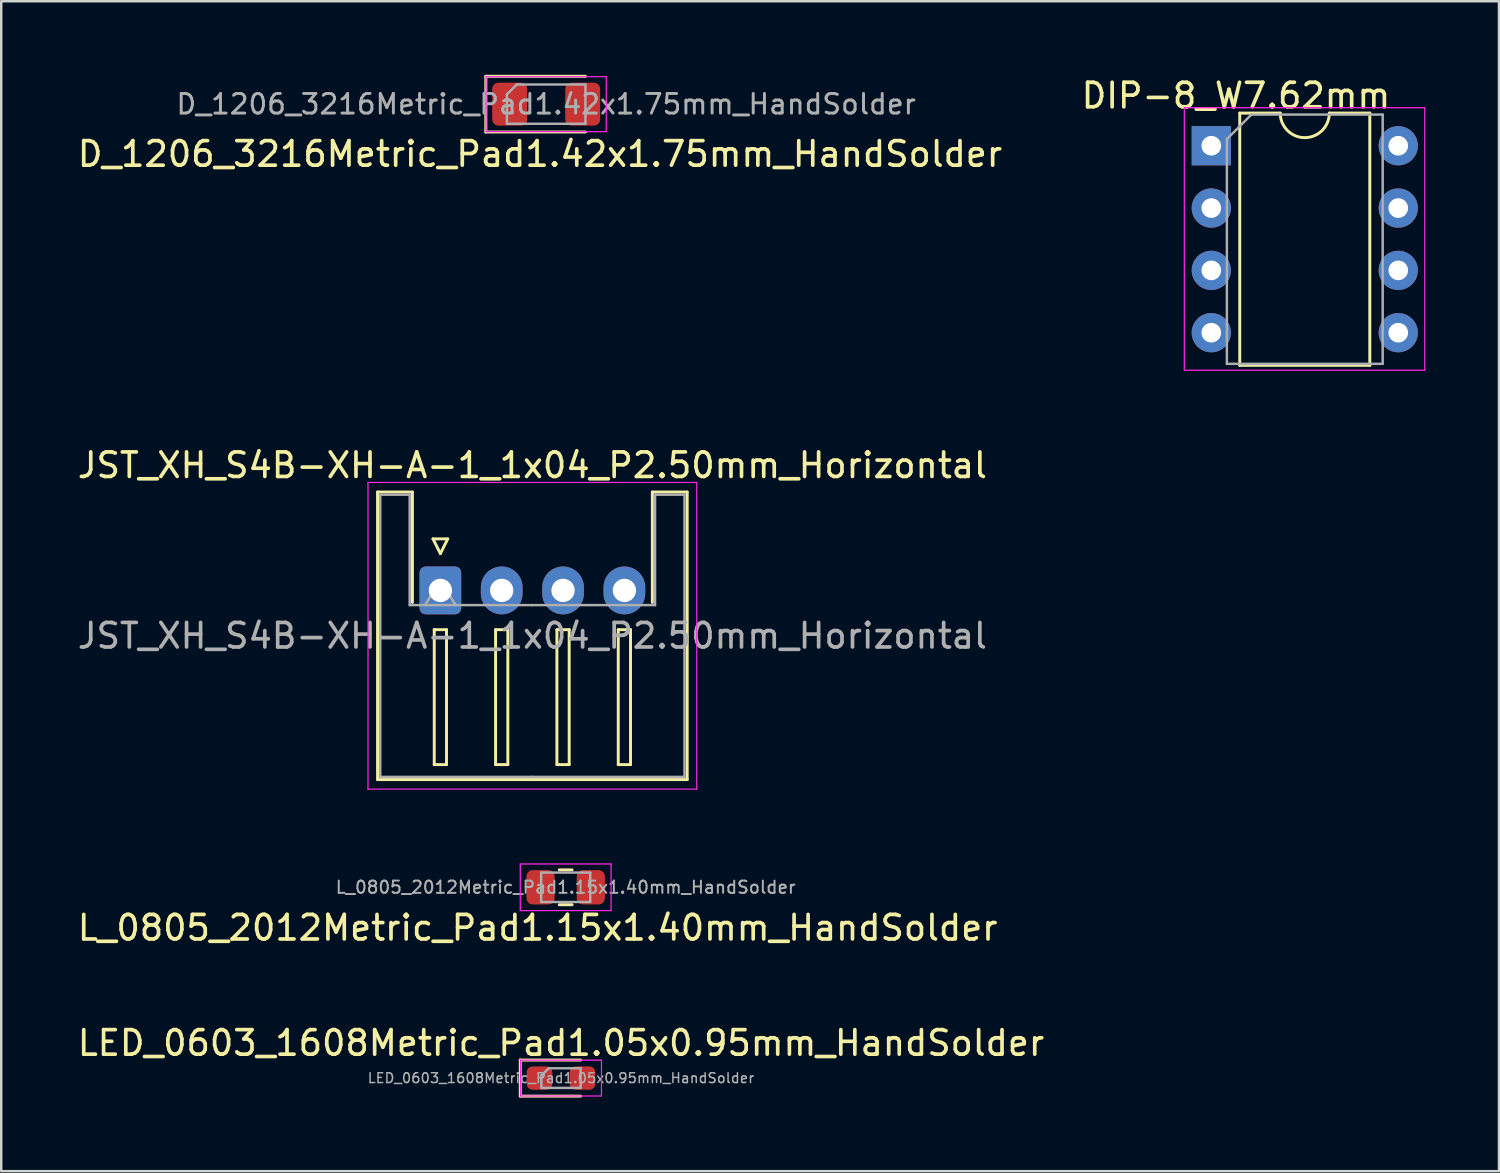
<source format=kicad_pcb>
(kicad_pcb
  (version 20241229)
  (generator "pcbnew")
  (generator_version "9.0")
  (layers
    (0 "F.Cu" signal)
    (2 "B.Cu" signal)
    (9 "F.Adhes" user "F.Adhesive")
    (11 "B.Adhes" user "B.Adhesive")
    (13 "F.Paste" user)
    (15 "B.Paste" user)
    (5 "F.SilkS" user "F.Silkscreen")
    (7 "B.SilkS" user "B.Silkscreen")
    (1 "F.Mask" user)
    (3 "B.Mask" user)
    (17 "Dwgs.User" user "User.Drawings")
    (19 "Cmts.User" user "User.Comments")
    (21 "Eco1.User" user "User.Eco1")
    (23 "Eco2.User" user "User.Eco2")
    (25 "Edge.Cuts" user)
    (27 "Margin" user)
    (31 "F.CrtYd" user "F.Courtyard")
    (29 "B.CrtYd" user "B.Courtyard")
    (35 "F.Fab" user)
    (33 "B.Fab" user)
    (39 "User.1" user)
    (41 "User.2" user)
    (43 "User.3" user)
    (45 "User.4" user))
  (footprint "DIP-8_W7.62mm"
    (layer "F.Cu")
    (at 46.321 2.89)
    (property "Reference" "DIP-8_W7.62mm" (at 1.006 -2.042 180) (layer "F.SilkS") (effects (font (size 1 1) (thickness 0.15))))
    (attr through_hole)
    (fp_line (start 1.16 -1.33) (end 1.16 8.95) (stroke (width 0.12) (type solid)) (layer "F.SilkS"))
    (fp_line (start 1.16 8.95) (end 6.46 8.95) (stroke (width 0.12) (type solid)) (layer "F.SilkS"))
    (fp_line (start 2.81 -1.33) (end 1.16 -1.33) (stroke (width 0.12) (type solid)) (layer "F.SilkS"))
    (fp_line (start 6.46 -1.33) (end 4.81 -1.33) (stroke (width 0.12) (type solid)) (layer "F.SilkS"))
    (fp_line (start 6.46 8.95) (end 6.46 -1.33) (stroke (width 0.12) (type solid)) (layer "F.SilkS"))
    (fp_arc (start 4.81 -1.33) (mid 3.81 -0.33) (end 2.81 -1.33) (stroke (width 0.12) (type solid)) (layer "F.SilkS"))
    (fp_line (start -1.1 -1.55) (end -1.1 9.15) (stroke (width 0.05) (type solid)) (layer "F.CrtYd"))
    (fp_line (start -1.1 9.15) (end 8.7 9.15) (stroke (width 0.05) (type solid)) (layer "F.CrtYd"))
    (fp_line (start 8.7 -1.55) (end -1.1 -1.55) (stroke (width 0.05) (type solid)) (layer "F.CrtYd"))
    (fp_line (start 8.7 9.15) (end 8.7 -1.55) (stroke (width 0.05) (type solid)) (layer "F.CrtYd"))
    (fp_line (start 0.635 -0.27) (end 1.635 -1.27) (stroke (width 0.1) (type solid)) (layer "F.Fab"))
    (fp_line (start 0.635 8.89) (end 0.635 -0.27) (stroke (width 0.1) (type solid)) (layer "F.Fab"))
    (fp_line (start 1.635 -1.27) (end 6.985 -1.27) (stroke (width 0.1) (type solid)) (layer "F.Fab"))
    (fp_line (start 6.985 -1.27) (end 6.985 8.89) (stroke (width 0.1) (type solid)) (layer "F.Fab"))
    (fp_line (start 6.985 8.89) (end 0.635 8.89) (stroke (width 0.1) (type solid)) (layer "F.Fab"))
    (pad "1" thru_hole rect (at 0 0) (size 1.6 1.6) (drill 0.8) (layers "*.Cu" "*.Mask"))
    (pad "2" thru_hole oval (at 0 2.54) (size 1.6 1.6) (drill 0.8) (layers "*.Cu" "*.Mask"))
    (pad "3" thru_hole oval (at 0 5.08) (size 1.6 1.6) (drill 0.8) (layers "*.Cu" "*.Mask"))
    (pad "4" thru_hole oval (at 0 7.62) (size 1.6 1.6) (drill 0.8) (layers "*.Cu" "*.Mask"))
    (pad "5" thru_hole oval (at 7.62 7.62) (size 1.6 1.6) (drill 0.8) (layers "*.Cu" "*.Mask"))
    (pad "6" thru_hole oval (at 7.62 5.08) (size 1.6 1.6) (drill 0.8) (layers "*.Cu" "*.Mask"))
    (pad "7" thru_hole oval (at 7.62 2.54) (size 1.6 1.6) (drill 0.8) (layers "*.Cu" "*.Mask"))
    (pad "8" thru_hole oval (at 7.62 0) (size 1.6 1.6) (drill 0.8) (layers "*.Cu" "*.Mask")))
  (footprint "JST_XH_S4B-XH-A-1_1x04_P2.50mm_Horizontal"
    (layer "F.Cu")
    (at 14.899 21.014)
    (property "Reference" "JST_XH_S4B-XH-A-1_1x04_P2.50mm_Horizontal" (at 3.75 -5.1 180) (layer "F.SilkS") (effects (font (size 1 1) (thickness 0.15))))
    (attr through_hole)
    (fp_line (start -2.56 -4.01) (end -1.14 -4.01) (stroke (width 0.12) (type solid)) (layer "F.SilkS"))
    (fp_line (start -2.56 7.71) (end -2.56 -4.01) (stroke (width 0.12) (type solid)) (layer "F.SilkS"))
    (fp_line (start -1.14 -4.01) (end -1.14 0.49) (stroke (width 0.12) (type solid)) (layer "F.SilkS"))
    (fp_line (start -0.3 -2.1) (end 0.3 -2.1) (stroke (width 0.12) (type solid)) (layer "F.SilkS"))
    (fp_line (start -0.25 1.6) (end -0.25 7.1) (stroke (width 0.12) (type solid)) (layer "F.SilkS"))
    (fp_line (start -0.25 7.1) (end 0.25 7.1) (stroke (width 0.12) (type solid)) (layer "F.SilkS"))
    (fp_line (start 0 -1.5) (end -0.3 -2.1) (stroke (width 0.12) (type solid)) (layer "F.SilkS"))
    (fp_line (start 0.25 1.6) (end -0.25 1.6) (stroke (width 0.12) (type solid)) (layer "F.SilkS"))
    (fp_line (start 0.25 7.1) (end 0.25 1.6) (stroke (width 0.12) (type solid)) (layer "F.SilkS"))
    (fp_line (start 0.3 -2.1) (end 0 -1.5) (stroke (width 0.12) (type solid)) (layer "F.SilkS"))
    (fp_line (start 2.25 1.6) (end 2.25 7.1) (stroke (width 0.12) (type solid)) (layer "F.SilkS"))
    (fp_line (start 2.25 7.1) (end 2.75 7.1) (stroke (width 0.12) (type solid)) (layer "F.SilkS"))
    (fp_line (start 2.75 1.6) (end 2.25 1.6) (stroke (width 0.12) (type solid)) (layer "F.SilkS"))
    (fp_line (start 2.75 7.1) (end 2.75 1.6) (stroke (width 0.12) (type solid)) (layer "F.SilkS"))
    (fp_line (start 3.75 7.71) (end -2.56 7.71) (stroke (width 0.12) (type solid)) (layer "F.SilkS"))
    (fp_line (start 3.75 7.71) (end 10.06 7.71) (stroke (width 0.12) (type solid)) (layer "F.SilkS"))
    (fp_line (start 4.75 1.6) (end 4.75 7.1) (stroke (width 0.12) (type solid)) (layer "F.SilkS"))
    (fp_line (start 4.75 7.1) (end 5.25 7.1) (stroke (width 0.12) (type solid)) (layer "F.SilkS"))
    (fp_line (start 5.25 1.6) (end 4.75 1.6) (stroke (width 0.12) (type solid)) (layer "F.SilkS"))
    (fp_line (start 5.25 7.1) (end 5.25 1.6) (stroke (width 0.12) (type solid)) (layer "F.SilkS"))
    (fp_line (start 7.25 1.6) (end 7.25 7.1) (stroke (width 0.12) (type solid)) (layer "F.SilkS"))
    (fp_line (start 7.25 7.1) (end 7.75 7.1) (stroke (width 0.12) (type solid)) (layer "F.SilkS"))
    (fp_line (start 7.75 1.6) (end 7.25 1.6) (stroke (width 0.12) (type solid)) (layer "F.SilkS"))
    (fp_line (start 7.75 7.1) (end 7.75 1.6) (stroke (width 0.12) (type solid)) (layer "F.SilkS"))
    (fp_line (start 8.64 -4.01) (end 8.64 0.49) (stroke (width 0.12) (type solid)) (layer "F.SilkS"))
    (fp_line (start 10.06 -4.01) (end 8.64 -4.01) (stroke (width 0.12) (type solid)) (layer "F.SilkS"))
    (fp_line (start 10.06 7.71) (end 10.06 -4.01) (stroke (width 0.12) (type solid)) (layer "F.SilkS"))
    (fp_line (start -2.95 -4.4) (end -2.95 8.1) (stroke (width 0.05) (type solid)) (layer "F.CrtYd"))
    (fp_line (start -2.95 8.1) (end 10.45 8.1) (stroke (width 0.05) (type solid)) (layer "F.CrtYd"))
    (fp_line (start 10.45 -4.4) (end -2.95 -4.4) (stroke (width 0.05) (type solid)) (layer "F.CrtYd"))
    (fp_line (start 10.45 8.1) (end 10.45 -4.4) (stroke (width 0.05) (type solid)) (layer "F.CrtYd"))
    (fp_line (start -2.45 -3.9) (end -1.25 -3.9) (stroke (width 0.1) (type solid)) (layer "F.Fab"))
    (fp_line (start -2.45 7.6) (end -2.45 -3.9) (stroke (width 0.1) (type solid)) (layer "F.Fab"))
    (fp_line (start -1.25 -3.9) (end -1.25 0.6) (stroke (width 0.1) (type solid)) (layer "F.Fab"))
    (fp_line (start -1.25 0.6) (end 3.75 0.6) (stroke (width 0.1) (type solid)) (layer "F.Fab"))
    (fp_line (start -0.625 0.6) (end 0 -0.4) (stroke (width 0.1) (type solid)) (layer "F.Fab"))
    (fp_line (start 0 -0.4) (end 0.625 0.6) (stroke (width 0.1) (type solid)) (layer "F.Fab"))
    (fp_line (start 3.75 7.6) (end -2.45 7.6) (stroke (width 0.1) (type solid)) (layer "F.Fab"))
    (fp_line (start 3.75 7.6) (end 9.95 7.6) (stroke (width 0.1) (type solid)) (layer "F.Fab"))
    (fp_line (start 8.75 -3.9) (end 8.75 0.6) (stroke (width 0.1) (type solid)) (layer "F.Fab"))
    (fp_line (start 8.75 0.6) (end 3.75 0.6) (stroke (width 0.1) (type solid)) (layer "F.Fab"))
    (fp_line (start 9.95 -3.9) (end 8.75 -3.9) (stroke (width 0.1) (type solid)) (layer "F.Fab"))
    (fp_line (start 9.95 7.6) (end 9.95 -3.9) (stroke (width 0.1) (type solid)) (layer "F.Fab"))
    (fp_text user "${REFERENCE}" (at 3.75 1.85 180) (layer "F.Fab") (effects (font (size 1 1) (thickness 0.15))))
    (pad "1" thru_hole roundrect (at 0 0) (size 1.7 1.95) (drill 0.95) (layers "*.Cu" "*.Mask") (roundrect_rratio 0.147))
    (pad "2" thru_hole oval (at 2.5 0) (size 1.7 1.95) (drill 0.95) (layers "*.Cu" "*.Mask"))
    (pad "3" thru_hole oval (at 5 0) (size 1.7 1.95) (drill 0.95) (layers "*.Cu" "*.Mask"))
    (pad "4" thru_hole oval (at 7.5 0) (size 1.7 1.95) (drill 0.95) (layers "*.Cu" "*.Mask")))
  (footprint "L_0805_2012Metric_Pad1.15x1.40mm_HandSolder"
    (layer "F.Cu")
    (at 20.006 33.114)
    (property "Reference" "L_0805_2012Metric_Pad1.15x1.40mm_HandSolder" (at -1.143 1.651 0) (layer "F.SilkS") (effects (font (size 1 1) (thickness 0.15))))
    (attr smd)
    (fp_line (start -0.261 -0.71) (end 0.261 -0.71) (stroke (width 0.12) (type solid)) (layer "F.SilkS"))
    (fp_line (start -0.261 0.71) (end 0.261 0.71) (stroke (width 0.12) (type solid)) (layer "F.SilkS"))
    (fp_line (start -1.85 -0.95) (end 1.85 -0.95) (stroke (width 0.05) (type solid)) (layer "F.CrtYd"))
    (fp_line (start -1.85 0.95) (end -1.85 -0.95) (stroke (width 0.05) (type solid)) (layer "F.CrtYd"))
    (fp_line (start 1.85 -0.95) (end 1.85 0.95) (stroke (width 0.05) (type solid)) (layer "F.CrtYd"))
    (fp_line (start 1.85 0.95) (end -1.85 0.95) (stroke (width 0.05) (type solid)) (layer "F.CrtYd"))
    (fp_line (start -1 -0.6) (end 1 -0.6) (stroke (width 0.1) (type solid)) (layer "F.Fab"))
    (fp_line (start -1 0.6) (end -1 -0.6) (stroke (width 0.1) (type solid)) (layer "F.Fab"))
    (fp_line (start 1 -0.6) (end 1 0.6) (stroke (width 0.1) (type solid)) (layer "F.Fab"))
    (fp_line (start 1 0.6) (end -1 0.6) (stroke (width 0.1) (type solid)) (layer "F.Fab"))
    (fp_text user "${REFERENCE}" (at 0 0 0) (layer "F.Fab") (effects (font (size 0.5 0.5) (thickness 0.08))))
    (pad "1" smd roundrect (at -1.025 0) (size 1.15 1.4) (layers "F.Cu" "F.Mask" "F.Paste") (roundrect_rratio 0.217))
    (pad "2" smd roundrect (at 1.025 0) (size 1.15 1.4) (layers "F.Cu" "F.Mask" "F.Paste") (roundrect_rratio 0.217)))
  (footprint "D_1206_3216Metric_Pad1.42x1.75mm_HandSolder"
    (layer "F.Cu")
    (at 19.212 1.195)
    (property "Reference" "D_1206_3216Metric_Pad1.42x1.75mm_HandSolder" (at -0.254 2.032 0) (layer "F.SilkS") (effects (font (size 1 1) (thickness 0.15))))
    (attr smd)
    (fp_line (start -2.46 -1.135) (end -2.46 1.135) (stroke (width 0.12) (type solid)) (layer "F.SilkS"))
    (fp_line (start -2.46 1.135) (end 1.6 1.135) (stroke (width 0.12) (type solid)) (layer "F.SilkS"))
    (fp_line (start 1.6 -1.135) (end -2.46 -1.135) (stroke (width 0.12) (type solid)) (layer "F.SilkS"))
    (fp_line (start -2.45 -1.12) (end 2.45 -1.12) (stroke (width 0.05) (type solid)) (layer "F.CrtYd"))
    (fp_line (start -2.45 1.12) (end -2.45 -1.12) (stroke (width 0.05) (type solid)) (layer "F.CrtYd"))
    (fp_line (start 2.45 -1.12) (end 2.45 1.12) (stroke (width 0.05) (type solid)) (layer "F.CrtYd"))
    (fp_line (start 2.45 1.12) (end -2.45 1.12) (stroke (width 0.05) (type solid)) (layer "F.CrtYd"))
    (fp_line (start -1.6 -0.4) (end -1.6 0.8) (stroke (width 0.1) (type solid)) (layer "F.Fab"))
    (fp_line (start -1.6 0.8) (end 1.6 0.8) (stroke (width 0.1) (type solid)) (layer "F.Fab"))
    (fp_line (start -1.2 -0.8) (end -1.6 -0.4) (stroke (width 0.1) (type solid)) (layer "F.Fab"))
    (fp_line (start 1.6 -0.8) (end -1.2 -0.8) (stroke (width 0.1) (type solid)) (layer "F.Fab"))
    (fp_line (start 1.6 0.8) (end 1.6 -0.8) (stroke (width 0.1) (type solid)) (layer "F.Fab"))
    (fp_text user "${REFERENCE}" (at 0 0 0) (layer "F.Fab") (effects (font (size 0.8 0.8) (thickness 0.12))))
    (pad "1" smd roundrect (at -1.488 0) (size 1.425 1.75) (layers "F.Cu" "F.Mask" "F.Paste") (roundrect_rratio 0.175))
    (pad "2" smd roundrect (at 1.488 0) (size 1.425 1.75) (layers "F.Cu" "F.Mask" "F.Paste") (roundrect_rratio 0.175)))
  (footprint "LED_0603_1608Metric_Pad1.05x0.95mm_HandSolder"
    (layer "F.Cu")
    (at 19.815 40.891)
    (property "Reference" "LED_0603_1608Metric_Pad1.05x0.95mm_HandSolder" (at 0 -1.43 0) (layer "F.SilkS") (effects (font (size 1 1) (thickness 0.15))))
    (attr smd)
    (fp_line (start -1.66 -0.735) (end -1.66 0.735) (stroke (width 0.12) (type solid)) (layer "F.SilkS"))
    (fp_line (start -1.66 0.735) (end 0.8 0.735) (stroke (width 0.12) (type solid)) (layer "F.SilkS"))
    (fp_line (start 0.8 -0.735) (end -1.66 -0.735) (stroke (width 0.12) (type solid)) (layer "F.SilkS"))
    (fp_line (start -1.65 -0.73) (end 1.65 -0.73) (stroke (width 0.05) (type solid)) (layer "F.CrtYd"))
    (fp_line (start -1.65 0.73) (end -1.65 -0.73) (stroke (width 0.05) (type solid)) (layer "F.CrtYd"))
    (fp_line (start 1.65 -0.73) (end 1.65 0.73) (stroke (width 0.05) (type solid)) (layer "F.CrtYd"))
    (fp_line (start 1.65 0.73) (end -1.65 0.73) (stroke (width 0.05) (type solid)) (layer "F.CrtYd"))
    (fp_line (start -0.8 -0.1) (end -0.8 0.4) (stroke (width 0.1) (type solid)) (layer "F.Fab"))
    (fp_line (start -0.8 0.4) (end 0.8 0.4) (stroke (width 0.1) (type solid)) (layer "F.Fab"))
    (fp_line (start -0.5 -0.4) (end -0.8 -0.1) (stroke (width 0.1) (type solid)) (layer "F.Fab"))
    (fp_line (start 0.8 -0.4) (end -0.5 -0.4) (stroke (width 0.1) (type solid)) (layer "F.Fab"))
    (fp_line (start 0.8 0.4) (end 0.8 -0.4) (stroke (width 0.1) (type solid)) (layer "F.Fab"))
    (fp_text user "${REFERENCE}" (at 0 0 0) (layer "F.Fab") (effects (font (size 0.4 0.4) (thickness 0.06))))
    (pad "1" smd roundrect (at -0.875 0) (size 1.05 0.95) (layers "F.Cu" "F.Mask" "F.Paste") (roundrect_rratio 0.25))
    (pad "2" smd roundrect (at 0.875 0) (size 1.05 0.95) (layers "F.Cu" "F.Mask" "F.Paste") (roundrect_rratio 0.25)))
  (gr_rect
    (start -3 -3)
    (end 58.046 44.686)
    (stroke (width 0.1) (type default))
    (fill no)
    (layer "Edge.Cuts")))
</source>
